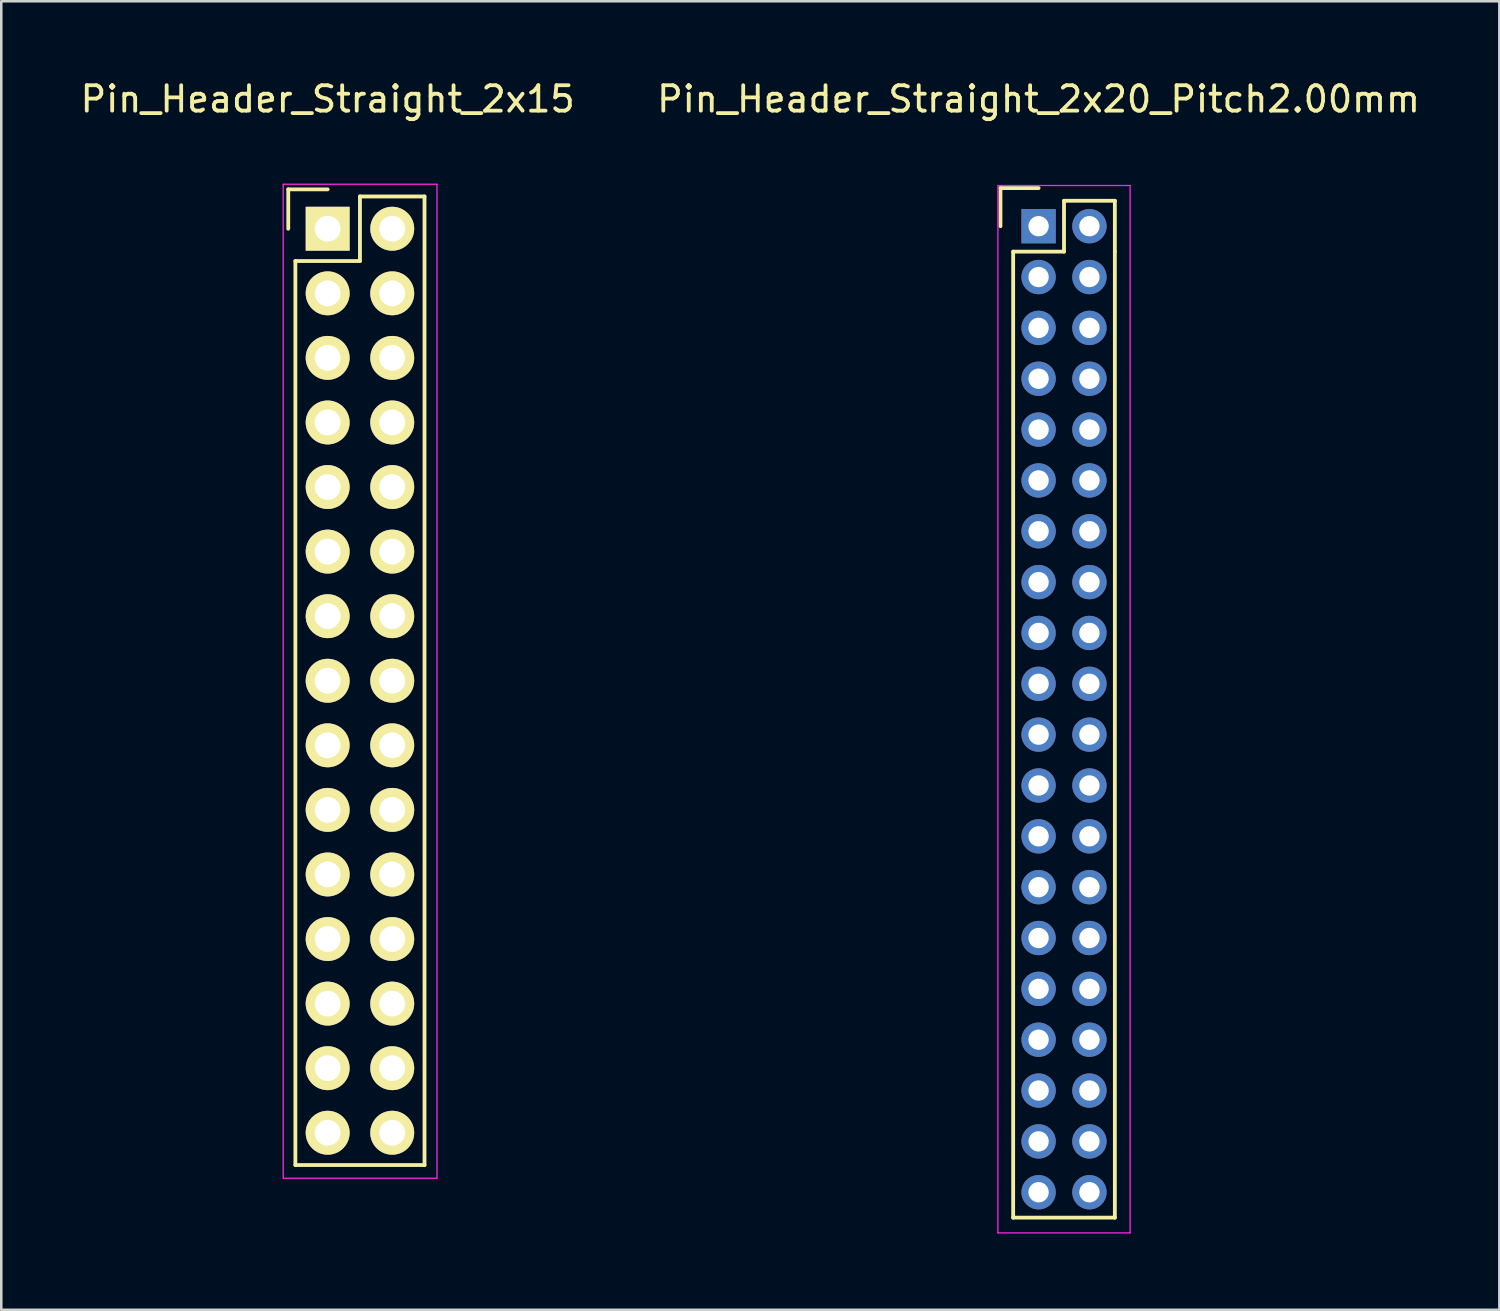
<source format=kicad_pcb>
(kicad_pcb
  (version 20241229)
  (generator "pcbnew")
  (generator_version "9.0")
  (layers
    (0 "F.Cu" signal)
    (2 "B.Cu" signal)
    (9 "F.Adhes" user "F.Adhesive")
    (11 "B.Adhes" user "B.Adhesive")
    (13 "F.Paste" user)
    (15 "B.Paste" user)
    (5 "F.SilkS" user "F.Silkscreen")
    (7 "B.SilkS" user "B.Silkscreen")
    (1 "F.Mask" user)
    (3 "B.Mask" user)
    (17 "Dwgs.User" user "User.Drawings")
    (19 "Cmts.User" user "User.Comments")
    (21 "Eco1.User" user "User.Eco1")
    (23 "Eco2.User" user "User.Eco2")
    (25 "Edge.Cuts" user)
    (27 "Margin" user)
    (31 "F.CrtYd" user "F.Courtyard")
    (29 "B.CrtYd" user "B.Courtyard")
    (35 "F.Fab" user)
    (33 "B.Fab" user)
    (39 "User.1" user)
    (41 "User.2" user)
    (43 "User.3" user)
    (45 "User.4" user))
  (footprint "Pin_Header_Straight_2x20_Pitch2.00mm"
    (layer "F.Cu")
    (at 37.804 5.848)
    (property "Reference" "Pin_Header_Straight_2x20_Pitch2.00mm" (at 0 -5 0) (layer "F.SilkS") (effects (font (size 1 1) (thickness 0.15))))
    (attr through_hole)
    (fp_line (start -1.5 -1.5) (end 0 -1.5) (stroke (width 0.15) (type solid)) (layer "F.SilkS"))
    (fp_line (start -1.5 0) (end -1.5 -1.5) (stroke (width 0.15) (type solid)) (layer "F.SilkS"))
    (fp_line (start -1 1) (end 1 1) (stroke (width 0.15) (type solid)) (layer "F.SilkS"))
    (fp_line (start -1 39) (end -1 1) (stroke (width 0.15) (type solid)) (layer "F.SilkS"))
    (fp_line (start 1 -1) (end 3 -1) (stroke (width 0.15) (type solid)) (layer "F.SilkS"))
    (fp_line (start 1 1) (end 1 -1) (stroke (width 0.15) (type solid)) (layer "F.SilkS"))
    (fp_line (start 3 -1) (end 3 1) (stroke (width 0.15) (type solid)) (layer "F.SilkS"))
    (fp_line (start 3 1) (end 3 39) (stroke (width 0.15) (type solid)) (layer "F.SilkS"))
    (fp_line (start 3 39) (end -1 39) (stroke (width 0.15) (type solid)) (layer "F.SilkS"))
    (fp_line (start -1.6 -1.6) (end 3.6 -1.6) (stroke (width 0.05) (type solid)) (layer "F.CrtYd"))
    (fp_line (start -1.6 39.6) (end -1.6 -1.6) (stroke (width 0.05) (type solid)) (layer "F.CrtYd"))
    (fp_line (start 3.6 -1.6) (end 3.6 39.6) (stroke (width 0.05) (type solid)) (layer "F.CrtYd"))
    (fp_line (start 3.6 39.6) (end -1.6 39.6) (stroke (width 0.05) (type solid)) (layer "F.CrtYd"))
    (pad "1" thru_hole rect (at 0 0) (size 1.35 1.35) (drill 0.8) (layers "*.Cu" "*.Mask"))
    (pad "2" thru_hole circle (at 2 0) (size 1.35 1.35) (drill 0.8) (layers "*.Cu" "*.Mask"))
    (pad "3" thru_hole circle (at 0 2) (size 1.35 1.35) (drill 0.8) (layers "*.Cu" "*.Mask"))
    (pad "4" thru_hole circle (at 2 2) (size 1.35 1.35) (drill 0.8) (layers "*.Cu" "*.Mask"))
    (pad "5" thru_hole circle (at 0 4) (size 1.35 1.35) (drill 0.8) (layers "*.Cu" "*.Mask"))
    (pad "6" thru_hole circle (at 2 4) (size 1.35 1.35) (drill 0.8) (layers "*.Cu" "*.Mask"))
    (pad "7" thru_hole circle (at 0 6) (size 1.35 1.35) (drill 0.8) (layers "*.Cu" "*.Mask"))
    (pad "8" thru_hole circle (at 2 6) (size 1.35 1.35) (drill 0.8) (layers "*.Cu" "*.Mask"))
    (pad "9" thru_hole circle (at 0 8) (size 1.35 1.35) (drill 0.8) (layers "*.Cu" "*.Mask"))
    (pad "10" thru_hole circle (at 2 8) (size 1.35 1.35) (drill 0.8) (layers "*.Cu" "*.Mask"))
    (pad "11" thru_hole circle (at 0 10) (size 1.35 1.35) (drill 0.8) (layers "*.Cu" "*.Mask"))
    (pad "12" thru_hole circle (at 2 10) (size 1.35 1.35) (drill 0.8) (layers "*.Cu" "*.Mask"))
    (pad "13" thru_hole circle (at 0 12) (size 1.35 1.35) (drill 0.8) (layers "*.Cu" "*.Mask"))
    (pad "14" thru_hole circle (at 2 12) (size 1.35 1.35) (drill 0.8) (layers "*.Cu" "*.Mask"))
    (pad "15" thru_hole circle (at 0 14) (size 1.35 1.35) (drill 0.8) (layers "*.Cu" "*.Mask"))
    (pad "16" thru_hole circle (at 2 14) (size 1.35 1.35) (drill 0.8) (layers "*.Cu" "*.Mask"))
    (pad "17" thru_hole circle (at 0 16) (size 1.35 1.35) (drill 0.8) (layers "*.Cu" "*.Mask"))
    (pad "18" thru_hole circle (at 2 16) (size 1.35 1.35) (drill 0.8) (layers "*.Cu" "*.Mask"))
    (pad "19" thru_hole circle (at 0 18) (size 1.35 1.35) (drill 0.8) (layers "*.Cu" "*.Mask"))
    (pad "20" thru_hole circle (at 2 18) (size 1.35 1.35) (drill 0.8) (layers "*.Cu" "*.Mask"))
    (pad "21" thru_hole circle (at 0 20) (size 1.35 1.35) (drill 0.8) (layers "*.Cu" "*.Mask"))
    (pad "22" thru_hole circle (at 2 20) (size 1.35 1.35) (drill 0.8) (layers "*.Cu" "*.Mask"))
    (pad "23" thru_hole circle (at 0 22) (size 1.35 1.35) (drill 0.8) (layers "*.Cu" "*.Mask"))
    (pad "24" thru_hole circle (at 2 22) (size 1.35 1.35) (drill 0.8) (layers "*.Cu" "*.Mask"))
    (pad "25" thru_hole circle (at 0 24) (size 1.35 1.35) (drill 0.8) (layers "*.Cu" "*.Mask"))
    (pad "26" thru_hole circle (at 2 24) (size 1.35 1.35) (drill 0.8) (layers "*.Cu" "*.Mask"))
    (pad "27" thru_hole circle (at 0 26) (size 1.35 1.35) (drill 0.8) (layers "*.Cu" "*.Mask"))
    (pad "28" thru_hole circle (at 2 26) (size 1.35 1.35) (drill 0.8) (layers "*.Cu" "*.Mask"))
    (pad "29" thru_hole circle (at 0 28) (size 1.35 1.35) (drill 0.8) (layers "*.Cu" "*.Mask"))
    (pad "30" thru_hole circle (at 2 28) (size 1.35 1.35) (drill 0.8) (layers "*.Cu" "*.Mask"))
    (pad "31" thru_hole circle (at 0 30) (size 1.35 1.35) (drill 0.8) (layers "*.Cu" "*.Mask"))
    (pad "32" thru_hole circle (at 2 30) (size 1.35 1.35) (drill 0.8) (layers "*.Cu" "*.Mask"))
    (pad "33" thru_hole circle (at 0 32) (size 1.35 1.35) (drill 0.8) (layers "*.Cu" "*.Mask"))
    (pad "34" thru_hole circle (at 2 32) (size 1.35 1.35) (drill 0.8) (layers "*.Cu" "*.Mask"))
    (pad "35" thru_hole circle (at 0 34) (size 1.35 1.35) (drill 0.8) (layers "*.Cu" "*.Mask"))
    (pad "36" thru_hole circle (at 2 34) (size 1.35 1.35) (drill 0.8) (layers "*.Cu" "*.Mask"))
    (pad "37" thru_hole circle (at 0 36) (size 1.35 1.35) (drill 0.8) (layers "*.Cu" "*.Mask"))
    (pad "38" thru_hole circle (at 2 36) (size 1.35 1.35) (drill 0.8) (layers "*.Cu" "*.Mask"))
    (pad "39" thru_hole circle (at 0 38) (size 1.35 1.35) (drill 0.8) (layers "*.Cu" "*.Mask"))
    (pad "40" thru_hole circle (at 2 38) (size 1.35 1.35) (drill 0.8) (layers "*.Cu" "*.Mask")))
  (footprint "Pin_Header_Straight_2x15"
    (layer "F.Cu")
    (at 9.839 5.948)
    (property "Reference" "Pin_Header_Straight_2x15" (at 0 -5.1 0) (layer "F.SilkS") (effects (font (size 1 1) (thickness 0.15))))
    (attr through_hole)
    (fp_line (start -1.55 -1.55) (end -1.55 0) (stroke (width 0.15) (type solid)) (layer "F.SilkS"))
    (fp_line (start -1.27 1.27) (end -1.27 36.83) (stroke (width 0.15) (type solid)) (layer "F.SilkS"))
    (fp_line (start 0 -1.55) (end -1.55 -1.55) (stroke (width 0.15) (type solid)) (layer "F.SilkS"))
    (fp_line (start 1.27 -1.27) (end 1.27 1.27) (stroke (width 0.15) (type solid)) (layer "F.SilkS"))
    (fp_line (start 1.27 1.27) (end -1.27 1.27) (stroke (width 0.15) (type solid)) (layer "F.SilkS"))
    (fp_line (start 3.81 -1.27) (end 1.27 -1.27) (stroke (width 0.15) (type solid)) (layer "F.SilkS"))
    (fp_line (start 3.81 36.83) (end -1.27 36.83) (stroke (width 0.15) (type solid)) (layer "F.SilkS"))
    (fp_line (start 3.81 36.83) (end 3.81 -1.27) (stroke (width 0.15) (type solid)) (layer "F.SilkS"))
    (fp_line (start -1.75 -1.75) (end -1.75 37.35) (stroke (width 0.05) (type solid)) (layer "F.CrtYd"))
    (fp_line (start -1.75 -1.75) (end 4.3 -1.75) (stroke (width 0.05) (type solid)) (layer "F.CrtYd"))
    (fp_line (start -1.75 37.35) (end 4.3 37.35) (stroke (width 0.05) (type solid)) (layer "F.CrtYd"))
    (fp_line (start 4.3 -1.75) (end 4.3 37.35) (stroke (width 0.05) (type solid)) (layer "F.CrtYd"))
    (pad "1" thru_hole rect (at 0 0) (size 1.727 1.727) (drill 1.016) (layers "*.Cu" "*.Mask" "F.SilkS"))
    (pad "2" thru_hole oval (at 2.54 0) (size 1.727 1.727) (drill 1.016) (layers "*.Cu" "*.Mask" "F.SilkS"))
    (pad "3" thru_hole oval (at 0 2.54) (size 1.727 1.727) (drill 1.016) (layers "*.Cu" "*.Mask" "F.SilkS"))
    (pad "4" thru_hole oval (at 2.54 2.54) (size 1.727 1.727) (drill 1.016) (layers "*.Cu" "*.Mask" "F.SilkS"))
    (pad "5" thru_hole oval (at 0 5.08) (size 1.727 1.727) (drill 1.016) (layers "*.Cu" "*.Mask" "F.SilkS"))
    (pad "6" thru_hole oval (at 2.54 5.08) (size 1.727 1.727) (drill 1.016) (layers "*.Cu" "*.Mask" "F.SilkS"))
    (pad "7" thru_hole oval (at 0 7.62) (size 1.727 1.727) (drill 1.016) (layers "*.Cu" "*.Mask" "F.SilkS"))
    (pad "8" thru_hole oval (at 2.54 7.62) (size 1.727 1.727) (drill 1.016) (layers "*.Cu" "*.Mask" "F.SilkS"))
    (pad "9" thru_hole oval (at 0 10.16) (size 1.727 1.727) (drill 1.016) (layers "*.Cu" "*.Mask" "F.SilkS"))
    (pad "10" thru_hole oval (at 2.54 10.16) (size 1.727 1.727) (drill 1.016) (layers "*.Cu" "*.Mask" "F.SilkS"))
    (pad "11" thru_hole oval (at 0 12.7) (size 1.727 1.727) (drill 1.016) (layers "*.Cu" "*.Mask" "F.SilkS"))
    (pad "12" thru_hole oval (at 2.54 12.7) (size 1.727 1.727) (drill 1.016) (layers "*.Cu" "*.Mask" "F.SilkS"))
    (pad "13" thru_hole oval (at 0 15.24) (size 1.727 1.727) (drill 1.016) (layers "*.Cu" "*.Mask" "F.SilkS"))
    (pad "14" thru_hole oval (at 2.54 15.24) (size 1.727 1.727) (drill 1.016) (layers "*.Cu" "*.Mask" "F.SilkS"))
    (pad "15" thru_hole oval (at 0 17.78) (size 1.727 1.727) (drill 1.016) (layers "*.Cu" "*.Mask" "F.SilkS"))
    (pad "16" thru_hole oval (at 2.54 17.78) (size 1.727 1.727) (drill 1.016) (layers "*.Cu" "*.Mask" "F.SilkS"))
    (pad "17" thru_hole oval (at 0 20.32) (size 1.727 1.727) (drill 1.016) (layers "*.Cu" "*.Mask" "F.SilkS"))
    (pad "18" thru_hole oval (at 2.54 20.32) (size 1.727 1.727) (drill 1.016) (layers "*.Cu" "*.Mask" "F.SilkS"))
    (pad "19" thru_hole oval (at 0 22.86) (size 1.727 1.727) (drill 1.016) (layers "*.Cu" "*.Mask" "F.SilkS"))
    (pad "20" thru_hole oval (at 2.54 22.86) (size 1.727 1.727) (drill 1.016) (layers "*.Cu" "*.Mask" "F.SilkS"))
    (pad "21" thru_hole oval (at 0 25.4) (size 1.727 1.727) (drill 1.016) (layers "*.Cu" "*.Mask" "F.SilkS"))
    (pad "22" thru_hole oval (at 2.54 25.4) (size 1.727 1.727) (drill 1.016) (layers "*.Cu" "*.Mask" "F.SilkS"))
    (pad "23" thru_hole oval (at 0 27.94) (size 1.727 1.727) (drill 1.016) (layers "*.Cu" "*.Mask" "F.SilkS"))
    (pad "24" thru_hole oval (at 2.54 27.94) (size 1.727 1.727) (drill 1.016) (layers "*.Cu" "*.Mask" "F.SilkS"))
    (pad "25" thru_hole oval (at 0 30.48) (size 1.727 1.727) (drill 1.016) (layers "*.Cu" "*.Mask" "F.SilkS"))
    (pad "26" thru_hole oval (at 2.54 30.48) (size 1.727 1.727) (drill 1.016) (layers "*.Cu" "*.Mask" "F.SilkS"))
    (pad "27" thru_hole oval (at 0 33.02) (size 1.727 1.727) (drill 1.016) (layers "*.Cu" "*.Mask" "F.SilkS"))
    (pad "28" thru_hole oval (at 2.54 33.02) (size 1.727 1.727) (drill 1.016) (layers "*.Cu" "*.Mask" "F.SilkS"))
    (pad "29" thru_hole oval (at 0 35.56) (size 1.727 1.727) (drill 1.016) (layers "*.Cu" "*.Mask" "F.SilkS"))
    (pad "30" thru_hole oval (at 2.54 35.56) (size 1.727 1.727) (drill 1.016) (layers "*.Cu" "*.Mask" "F.SilkS")))
  (gr_rect
    (start -3 -3)
    (end 55.929 48.473)
    (stroke (width 0.1) (type default))
    (fill no)
    (layer "Edge.Cuts")))
</source>
